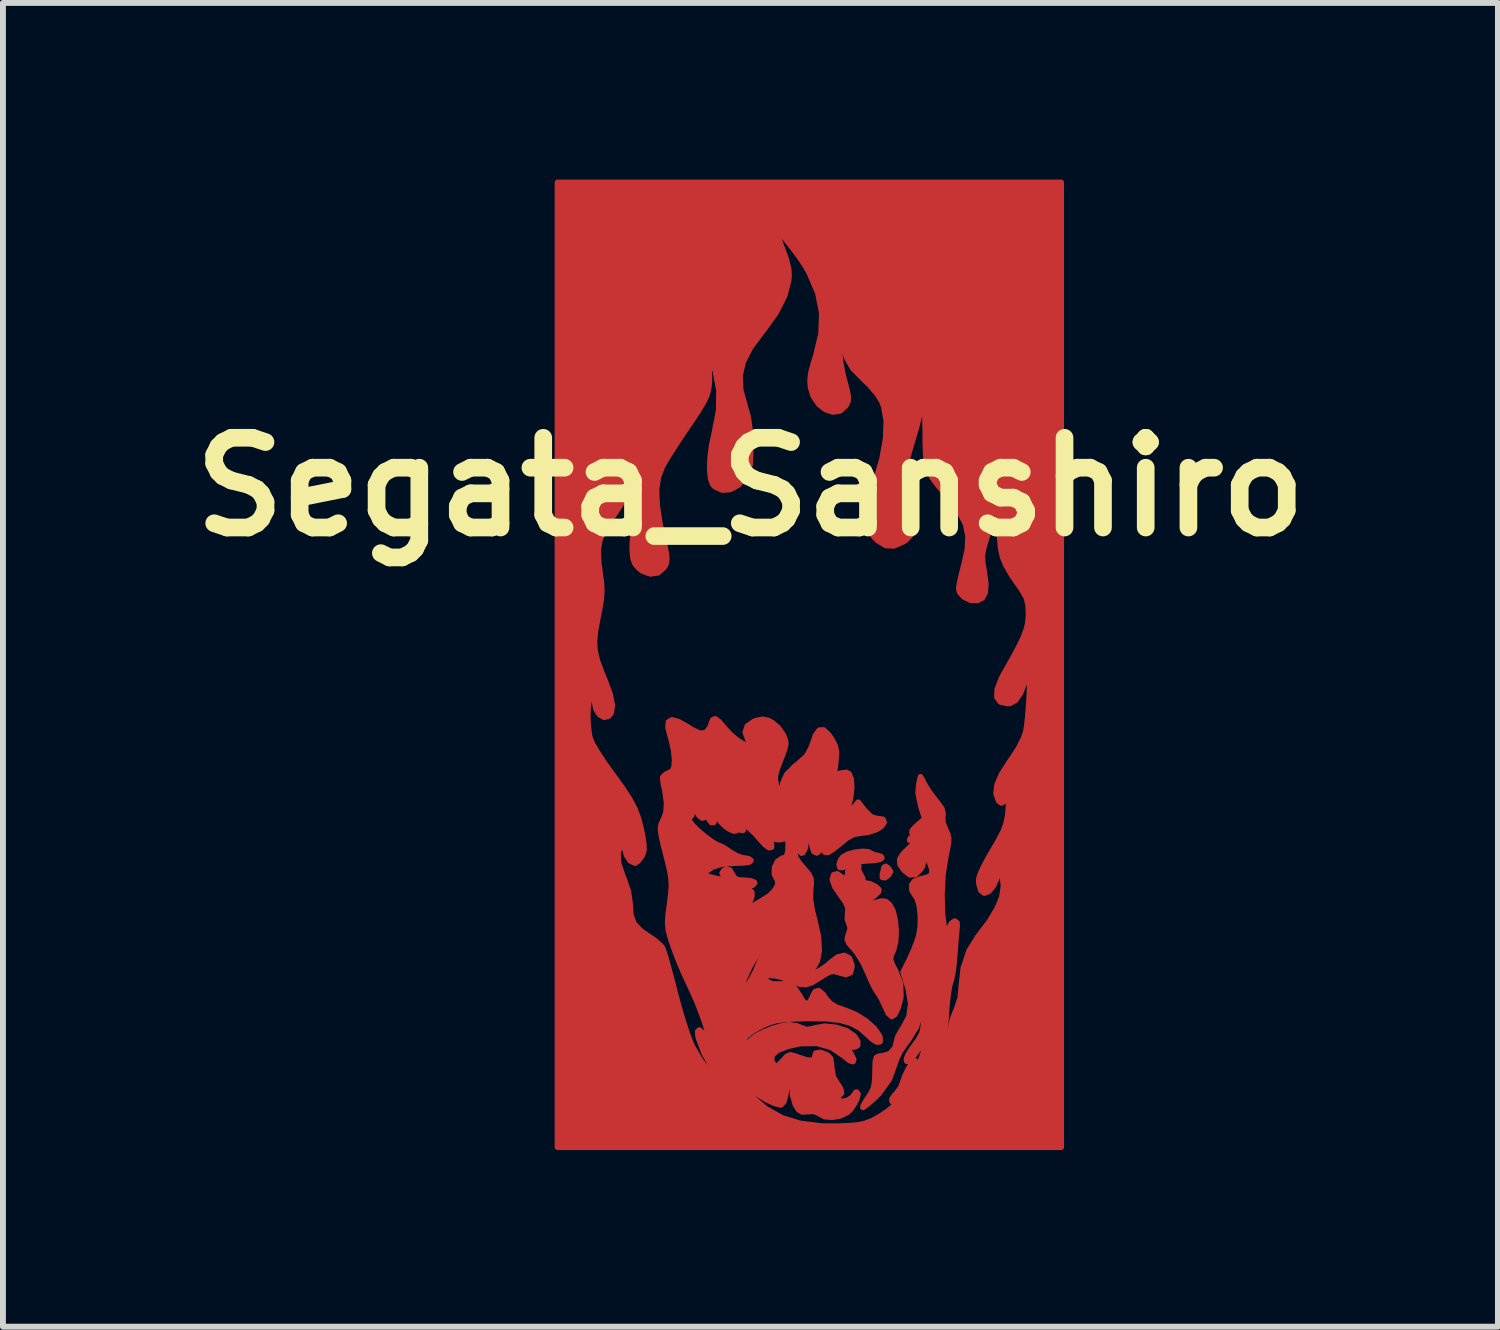
<source format=kicad_pcb>
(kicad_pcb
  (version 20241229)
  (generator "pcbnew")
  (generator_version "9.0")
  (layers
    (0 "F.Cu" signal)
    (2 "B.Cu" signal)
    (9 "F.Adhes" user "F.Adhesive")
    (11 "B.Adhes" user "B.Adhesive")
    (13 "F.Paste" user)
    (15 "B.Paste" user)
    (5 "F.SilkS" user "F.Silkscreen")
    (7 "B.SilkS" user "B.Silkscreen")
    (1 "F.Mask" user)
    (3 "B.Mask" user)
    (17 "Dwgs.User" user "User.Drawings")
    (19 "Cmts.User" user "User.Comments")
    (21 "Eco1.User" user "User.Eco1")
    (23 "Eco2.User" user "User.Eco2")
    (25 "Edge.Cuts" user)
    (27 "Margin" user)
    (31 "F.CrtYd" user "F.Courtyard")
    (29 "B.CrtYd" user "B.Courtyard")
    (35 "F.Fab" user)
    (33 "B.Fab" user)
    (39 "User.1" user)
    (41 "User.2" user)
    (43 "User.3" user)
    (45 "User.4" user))
  (footprint "Segata_Sanshiro"
    (layer "F.Cu")
    (at 10.696 8.22)
    (property "Reference" "Segata_Sanshiro" (at -1 -3 0) (layer "F.SilkS") (effects (font (size 1.524 1.524) (thickness 0.3))))
    (attr through_hole)
    (fp_poly (pts (xy 1.374 3.531) (xy 1.35 3.583) (xy 1.287 3.634) (xy 1.243 3.63) (xy 1.244 3.575) (xy 1.244 3.574) (xy 1.267 3.49) (xy 1.27 3.463) (xy 1.295 3.447) (xy 1.334 3.472) (xy 1.374 3.531)) (stroke (width 0.1) (type solid)) (fill yes) (layer "F.Cu"))
    (fp_poly (pts (xy 1.228 3.302) (xy 1.189 3.326) (xy 1.091 3.342) (xy 1.005 3.346) (xy 0.855 3.358) (xy 0.724 3.388) (xy 0.677 3.408) (xy 0.573 3.46) (xy 0.522 3.461) (xy 0.508 3.411) (xy 0.536 3.332) (xy 0.569 3.29) (xy 0.652 3.242) (xy 0.774 3.208) (xy 0.901 3.192) (xy 1.001 3.2) (xy 1.031 3.216) (xy 1.109 3.254) (xy 1.151 3.26) (xy 1.216 3.279) (xy 1.228 3.302)) (stroke (width 0.1) (type solid)) (fill yes) (layer "F.Cu"))
    (fp_poly (pts (xy 1.552 5.664) (xy 1.507 5.839) (xy 1.452 5.957) (xy 1.4 5.992) (xy 1.345 5.942) (xy 1.293 5.833) (xy 1.235 5.707) (xy 1.178 5.607) (xy 1.16 5.584) (xy 1.114 5.511) (xy 1.053 5.386) (xy 0.994 5.247) (xy 0.917 5.083) (xy 0.826 4.93) (xy 0.754 4.839) (xy 0.673 4.748) (xy 0.646 4.683) (xy 0.661 4.614) (xy 0.671 4.589) (xy 0.7 4.488) (xy 0.675 4.421) (xy 0.648 4.339) (xy 0.654 4.243) (xy 0.658 4.146) (xy 0.615 4.047) (xy 0.554 3.962) (xy 0.437 3.793) (xy 0.392 3.668) (xy 0.416 3.588) (xy 0.476 3.575) (xy 0.53 3.614) (xy 0.597 3.655) (xy 0.65 3.654) (xy 0.663 3.614) (xy 0.653 3.594) (xy 0.655 3.53) (xy 0.708 3.465) (xy 0.784 3.43) (xy 0.795 3.429) (xy 0.838 3.443) (xy 0.832 3.457) (xy 0.832 3.509) (xy 0.867 3.581) (xy 0.906 3.653) (xy 0.891 3.684) (xy 0.856 3.696) (xy 0.841 3.71) (xy 0.898 3.72) (xy 0.913 3.72) (xy 1.035 3.745) (xy 1.124 3.789) (xy 1.178 3.837) (xy 1.173 3.876) (xy 1.111 3.934) (xy 1.024 3.999) (xy 0.963 4.034) (xy 0.932 4.069) (xy 0.939 4.084) (xy 0.994 4.092) (xy 1.094 4.072) (xy 1.124 4.063) (xy 1.232 4.035) (xy 1.3 4.045) (xy 1.357 4.091) (xy 1.417 4.197) (xy 1.456 4.357) (xy 1.472 4.542) (xy 1.463 4.721) (xy 1.426 4.867) (xy 1.422 4.876) (xy 1.383 4.968) (xy 1.377 5.037) (xy 1.408 5.119) (xy 1.458 5.211) (xy 1.546 5.434) (xy 1.552 5.664)) (stroke (width 0.1) (type solid)) (fill yes) (layer "F.Cu"))
    (fp_poly (pts (xy 4.276 8.213) (xy 3.75 8.213) (xy 3.75 0.231) (xy 3.749 0.125) (xy 3.741 0.085) (xy 3.741 0.085) (xy 3.724 0.121) (xy 3.69 0.215) (xy 3.66 0.307) (xy 3.583 0.502) (xy 3.5 0.622) (xy 3.406 0.674) (xy 3.367 0.677) (xy 3.246 0.65) (xy 3.188 0.569) (xy 3.194 0.436) (xy 3.264 0.254) (xy 3.31 0.169) (xy 3.458 -0.092) (xy 3.567 -0.296) (xy 3.642 -0.455) (xy 3.69 -0.585) (xy 3.715 -0.698) (xy 3.725 -0.809) (xy 3.725 -0.847) (xy 3.717 -1.004) (xy 3.685 -1.124) (xy 3.613 -1.249) (xy 3.58 -1.297) (xy 3.438 -1.504) (xy 3.342 -1.669) (xy 3.283 -1.813) (xy 3.251 -1.959) (xy 3.237 -2.129) (xy 3.237 -2.159) (xy 3.223 -2.338) (xy 3.197 -2.505) (xy 3.163 -2.624) (xy 3.162 -2.625) (xy 3.097 -2.773) (xy 3.094 -2.57) (xy 3.077 -2.417) (xy 3.039 -2.232) (xy 3.002 -2.107) (xy 2.955 -1.95) (xy 2.936 -1.828) (xy 2.944 -1.7) (xy 2.965 -1.58) (xy 2.994 -1.361) (xy 2.985 -1.209) (xy 2.935 -1.116) (xy 2.857 -1.075) (xy 2.74 -1.079) (xy 2.629 -1.131) (xy 2.555 -1.213) (xy 2.54 -1.271) (xy 2.551 -1.35) (xy 2.58 -1.484) (xy 2.62 -1.647) (xy 2.629 -1.679) (xy 2.688 -1.945) (xy 2.698 -2.168) (xy 2.655 -2.37) (xy 2.553 -2.571) (xy 2.388 -2.792) (xy 2.325 -2.865) (xy 2.19 -3.023) (xy 2.094 -3.151) (xy 2.032 -3.271) (xy 1.995 -3.403) (xy 1.977 -3.569) (xy 1.971 -3.788) (xy 1.971 -3.916) (xy 1.966 -4.19) (xy 1.952 -4.386) (xy 1.931 -4.509) (xy 1.913 -4.551) (xy 1.88 -4.594) (xy 1.869 -4.578) (xy 1.877 -4.491) (xy 1.881 -4.459) (xy 1.885 -4.347) (xy 1.865 -4.206) (xy 1.819 -4.019) (xy 1.756 -3.806) (xy 1.676 -3.536) (xy 1.626 -3.324) (xy 1.606 -3.148) (xy 1.614 -2.986) (xy 1.648 -2.817) (xy 1.69 -2.679) (xy 1.748 -2.465) (xy 1.761 -2.308) (xy 1.727 -2.193) (xy 1.643 -2.104) (xy 1.597 -2.073) (xy 1.438 -2.002) (xy 1.302 -2.007) (xy 1.166 -2.088) (xy 1.118 -2.134) (xy 1.033 -2.239) (xy 0.986 -2.358) (xy 0.976 -2.503) (xy 1.005 -2.689) (xy 1.071 -2.93) (xy 1.125 -3.093) (xy 1.237 -3.476) (xy 1.299 -3.822) (xy 1.309 -4.122) (xy 1.267 -4.368) (xy 1.232 -4.456) (xy 1.149 -4.587) (xy 1.026 -4.731) (xy 0.925 -4.827) (xy 0.738 -5.017) (xy 0.629 -5.212) (xy 0.59 -5.424) (xy 0.59 -5.428) (xy 0.584 -5.513) (xy 0.57 -5.522) (xy 0.55 -5.482) (xy 0.516 -5.337) (xy 0.522 -5.147) (xy 0.57 -4.9) (xy 0.596 -4.803) (xy 0.639 -4.639) (xy 0.659 -4.533) (xy 0.656 -4.463) (xy 0.633 -4.406) (xy 0.616 -4.379) (xy 0.52 -4.293) (xy 0.401 -4.275) (xy 0.276 -4.316) (xy 0.16 -4.407) (xy 0.069 -4.542) (xy 0.023 -4.69) (xy 0.014 -4.808) (xy 0.03 -4.942) (xy 0.076 -5.115) (xy 0.109 -5.217) (xy 0.201 -5.595) (xy 0.214 -5.95) (xy 0.147 -6.295) (xy -0.002 -6.641) (xy -0.06 -6.743) (xy -0.136 -6.86) (xy -0.233 -6.995) (xy -0.338 -7.132) (xy -0.437 -7.254) (xy -0.519 -7.346) (xy -0.57 -7.392) (xy -0.579 -7.394) (xy -0.57 -7.352) (xy -0.536 -7.251) (xy -0.483 -7.108) (xy -0.46 -7.047) (xy -0.391 -6.855) (xy -0.355 -6.71) (xy -0.347 -6.585) (xy -0.353 -6.513) (xy -0.422 -6.246) (xy -0.57 -5.956) (xy -0.793 -5.648) (xy -0.806 -5.632) (xy -1.002 -5.368) (xy -1.125 -5.127) (xy -1.18 -4.892) (xy -1.169 -4.648) (xy -1.096 -4.381) (xy -1.095 -4.378) (xy -1.041 -4.189) (xy -1.011 -3.977) (xy -1 -3.725) (xy -1 -3.527) (xy -1.009 -3.39) (xy -1.03 -3.291) (xy -1.068 -3.207) (xy -1.091 -3.168) (xy -1.209 -3.033) (xy -1.346 -2.958) (xy -1.483 -2.949) (xy -1.605 -3.008) (xy -1.639 -3.045) (xy -1.675 -3.144) (xy -1.69 -3.302) (xy -1.683 -3.5) (xy -1.655 -3.716) (xy -1.609 -3.927) (xy -1.537 -4.298) (xy -1.533 -4.649) (xy -1.594 -4.965) (xy -1.611 -5.014) (xy -1.669 -5.154) (xy -1.715 -5.242) (xy -1.744 -5.27) (xy -1.75 -5.235) (xy -1.728 -5.135) (xy -1.706 -4.997) (xy -1.699 -4.828) (xy -1.703 -4.753) (xy -1.716 -4.654) (xy -1.742 -4.56) (xy -1.79 -4.456) (xy -1.867 -4.324) (xy -1.981 -4.15) (xy -2.062 -4.031) (xy -2.195 -3.834) (xy -2.319 -3.643) (xy -2.422 -3.479) (xy -2.491 -3.361) (xy -2.5 -3.344) (xy -2.568 -3.164) (xy -2.598 -2.952) (xy -2.588 -2.695) (xy -2.541 -2.382) (xy -2.501 -2.194) (xy -2.457 -1.994) (xy -2.431 -1.859) (xy -2.423 -1.769) (xy -2.432 -1.707) (xy -2.456 -1.656) (xy -2.47 -1.633) (xy -2.572 -1.544) (xy -2.702 -1.525) (xy -2.837 -1.575) (xy -2.902 -1.628) (xy -2.963 -1.704) (xy -2.994 -1.793) (xy -3.005 -1.927) (xy -3.006 -1.985) (xy -2.995 -2.169) (xy -2.967 -2.38) (xy -2.94 -2.52) (xy -2.907 -2.681) (xy -2.896 -2.797) (xy -2.909 -2.904) (xy -2.941 -3.02) (xy -2.99 -3.162) (xy -3.045 -3.28) (xy -3.071 -3.323) (xy -3.107 -3.363) (xy -3.122 -3.355) (xy -3.12 -3.285) (xy -3.108 -3.172) (xy -3.098 -3.04) (xy -3.108 -2.928) (xy -3.145 -2.815) (xy -3.217 -2.682) (xy -3.331 -2.509) (xy -3.386 -2.43) (xy -3.497 -2.253) (xy -3.563 -2.092) (xy -3.589 -1.92) (xy -3.579 -1.711) (xy -3.558 -1.55) (xy -3.535 -1.379) (xy -3.527 -1.24) (xy -3.536 -1.102) (xy -3.563 -0.934) (xy -3.593 -0.783) (xy -3.635 -0.555) (xy -3.652 -0.374) (xy -3.642 -0.214) (xy -3.602 -0.046) (xy -3.527 0.155) (xy -3.473 0.286) (xy -3.384 0.528) (xy -3.349 0.709) (xy -3.367 0.835) (xy -3.409 0.89) (xy -3.485 0.909) (xy -3.562 0.865) (xy -3.621 0.776) (xy -3.641 0.673) (xy -3.653 0.579) (xy -3.678 0.532) (xy -3.715 0.545) (xy -3.743 0.624) (xy -3.761 0.75) (xy -3.766 0.903) (xy -3.759 1.065) (xy -3.738 1.218) (xy -3.724 1.276) (xy -3.683 1.369) (xy -3.6 1.51) (xy -3.489 1.68) (xy -3.36 1.86) (xy -3.351 1.872) (xy -3.18 2.108) (xy -3.055 2.3) (xy -2.966 2.469) (xy -2.903 2.634) (xy -2.857 2.817) (xy -2.837 2.918) (xy -2.813 3.072) (xy -2.811 3.173) (xy -2.834 3.246) (xy -2.856 3.284) (xy -2.916 3.358) (xy -2.961 3.387) (xy -3.039 3.349) (xy -3.102 3.256) (xy -3.133 3.137) (xy -3.134 3.119) (xy -3.138 3.031) (xy -3.156 3.018) (xy -3.198 3.067) (xy -3.253 3.209) (xy -3.242 3.397) (xy -3.164 3.625) (xy -3.154 3.647) (xy -3.078 3.862) (xy -3.048 4.065) (xy -3.048 4.072) (xy -3.033 4.273) (xy -2.978 4.419) (xy -2.869 4.537) (xy -2.752 4.618) (xy -2.628 4.703) (xy -2.532 4.786) (xy -2.495 4.831) (xy -2.47 4.899) (xy -2.43 5.033) (xy -2.379 5.217) (xy -2.321 5.435) (xy -2.285 5.578) (xy -2.218 5.828) (xy -2.146 6.072) (xy -2.076 6.286) (xy -2.014 6.45) (xy -1.991 6.502) (xy -1.848 6.746) (xy -1.67 6.978) (xy -1.48 7.171) (xy -1.384 7.246) (xy -1.324 7.284) (xy -1.315 7.278) (xy -1.36 7.222) (xy -1.453 7.119) (xy -1.633 6.886) (xy -1.782 6.622) (xy -1.88 6.363) (xy -1.886 6.339) (xy -1.894 6.249) (xy -1.867 6.226) (xy -1.821 6.269) (xy -1.778 6.351) (xy -1.732 6.445) (xy -1.693 6.498) (xy -1.692 6.499) (xy -1.674 6.483) (xy -1.684 6.404) (xy -1.717 6.275) (xy -1.769 6.111) (xy -1.835 5.926) (xy -1.91 5.735) (xy -1.99 5.552) (xy -2.038 5.451) (xy -2.134 5.244) (xy -2.232 5.012) (xy -2.31 4.802) (xy -2.312 4.795) (xy -2.365 4.635) (xy -2.394 4.515) (xy -2.404 4.404) (xy -2.396 4.272) (xy -2.372 4.087) (xy -2.371 4.08) (xy -2.349 3.905) (xy -2.34 3.77) (xy -2.346 3.65) (xy -2.368 3.514) (xy -2.41 3.337) (xy -2.435 3.241) (xy -2.485 3.042) (xy -2.514 2.906) (xy -2.525 2.814) (xy -2.519 2.748) (xy -2.496 2.689) (xy -2.475 2.649) (xy -2.431 2.525) (xy -2.422 2.371) (xy -2.449 2.168) (xy -2.48 2.022) (xy -2.487 1.932) (xy -2.437 1.882) (xy -2.397 1.864) (xy -2.326 1.826) (xy -2.294 1.762) (xy -2.286 1.644) (xy -2.286 1.638) (xy -2.301 1.48) (xy -2.338 1.307) (xy -2.354 1.256) (xy -2.397 1.091) (xy -2.391 0.993) (xy -2.334 0.959) (xy -2.224 0.988) (xy -2.06 1.081) (xy -2.003 1.119) (xy -1.863 1.187) (xy -1.757 1.177) (xy -1.686 1.09) (xy -1.668 1.036) (xy -1.639 0.958) (xy -1.598 0.941) (xy -1.534 0.989) (xy -1.438 1.102) (xy -1.342 1.206) (xy -1.239 1.294) (xy -1.141 1.358) (xy -1.061 1.393) (xy -1.013 1.393) (xy -1.009 1.35) (xy -1.04 1.293) (xy -1.086 1.167) (xy -1.051 1.062) (xy -0.939 0.984) (xy -0.909 0.973) (xy -0.792 0.948) (xy -0.695 0.969) (xy -0.637 1.001) (xy -0.528 1.093) (xy -0.445 1.212) (xy -0.444 1.214) (xy -0.411 1.294) (xy -0.402 1.364) (xy -0.421 1.451) (xy -0.47 1.584) (xy -0.485 1.622) (xy -0.549 1.787) (xy -0.58 1.902) (xy -0.581 1.992) (xy -0.552 2.086) (xy -0.508 2.18) (xy -0.426 2.349) (xy -0.45 2.195) (xy -0.447 2.029) (xy -0.38 1.882) (xy -0.239 1.741) (xy -0.182 1.697) (xy -0.045 1.574) (xy 0.033 1.432) (xy 0.048 1.388) (xy 0.108 1.219) (xy 0.17 1.133) (xy 0.24 1.13) (xy 0.323 1.207) (xy 0.385 1.297) (xy 0.438 1.402) (xy 0.458 1.508) (xy 0.449 1.652) (xy 0.446 1.674) (xy 0.417 1.905) (xy 0.521 1.866) (xy 0.629 1.851) (xy 0.672 1.874) (xy 0.708 1.96) (xy 0.717 2.099) (xy 0.701 2.264) (xy 0.66 2.429) (xy 0.633 2.498) (xy 0.549 2.688) (xy 0.69 2.523) (xy 0.831 2.358) (xy 0.942 2.501) (xy 1.043 2.602) (xy 1.139 2.635) (xy 1.162 2.635) (xy 1.248 2.648) (xy 1.268 2.695) (xy 1.224 2.761) (xy 1.145 2.814) (xy 1.011 2.86) (xy 0.873 2.879) (xy 0.758 2.897) (xy 0.638 2.961) (xy 0.529 3.048) (xy 0.395 3.157) (xy 0.311 3.207) (xy 0.267 3.202) (xy 0.254 3.146) (xy 0.247 3.102) (xy 0.217 3.125) (xy 0.193 3.156) (xy 0.128 3.214) (xy 0.079 3.19) (xy 0.046 3.084) (xy 0.03 2.898) (xy 0.029 2.762) (xy 0.027 2.594) (xy 0.019 2.492) (xy 0.005 2.465) (xy -0.002 2.477) (xy -0.022 2.566) (xy -0.036 2.703) (xy -0.04 2.794) (xy -0.051 3.003) (xy -0.077 3.145) (xy -0.116 3.212) (xy -0.132 3.217) (xy -0.164 3.182) (xy -0.17 3.143) (xy -0.177 3.094) (xy -0.206 3.125) (xy -0.212 3.133) (xy -0.247 3.212) (xy -0.236 3.291) (xy -0.171 3.39) (xy -0.103 3.469) (xy -0.015 3.574) (xy 0.026 3.655) (xy 0.03 3.748) (xy 0.02 3.823) (xy 0.015 3.992) (xy 0.048 4.199) (xy 0.081 4.325) (xy 0.15 4.63) (xy 0.166 4.872) (xy 0.131 5.053) (xy 0.085 5.134) (xy 0.026 5.215) (xy 0.000094 5.263) (xy 0 5.264) (xy 0.03 5.277) (xy 0.106 5.252) (xy 0.204 5.199) (xy 0.303 5.131) (xy 0.362 5.078) (xy 0.484 4.985) (xy 0.594 4.961) (xy 0.676 5.003) (xy 0.717 5.11) (xy 0.72 5.149) (xy 0.696 5.247) (xy 0.623 5.279) (xy 0.507 5.249) (xy 0.428 5.224) (xy 0.357 5.231) (xy 0.265 5.278) (xy 0.184 5.329) (xy 0.045 5.415) (xy -0.061 5.451) (xy -0.166 5.441) (xy -0.304 5.388) (xy -0.333 5.375) (xy -0.357 5.367) (xy -0.357 3.049) (xy -0.374 2.919) (xy -0.41 2.81) (xy -0.445 2.758) (xy -0.495 2.713) (xy -0.494 2.733) (xy -0.471 2.781) (xy -0.423 2.907) (xy -0.437 2.976) (xy -0.515 2.991) (xy -0.547 2.985) (xy -0.632 2.973) (xy -0.656 2.999) (xy -0.648 3.045) (xy -0.645 3.117) (xy -0.684 3.125) (xy -0.756 3.071) (xy -0.834 2.983) (xy -0.932 2.873) (xy -1.031 2.783) (xy -1.054 2.766) (xy -1.124 2.723) (xy -1.142 2.73) (xy -1.13 2.768) (xy -1.124 2.827) (xy -1.168 2.826) (xy -1.225 2.783) (xy -1.264 2.752) (xy -1.252 2.783) (xy -1.25 2.787) (xy -1.24 2.836) (xy -1.278 2.843) (xy -1.346 2.816) (xy -1.425 2.763) (xy -1.496 2.693) (xy -1.512 2.671) (xy -1.573 2.587) (xy -1.601 2.57) (xy -1.609 2.613) (xy -1.609 2.618) (xy -1.624 2.695) (xy -1.662 2.699) (xy -1.709 2.633) (xy -1.729 2.582) (xy -1.768 2.49) (xy -1.795 2.457) (xy -1.801 2.488) (xy -1.79 2.54) (xy -1.787 2.611) (xy -1.819 2.622) (xy -1.871 2.58) (xy -1.924 2.492) (xy -1.927 2.487) (xy -1.986 2.349) (xy -1.988 2.49) (xy -2 2.58) (xy -2.028 2.605) (xy -2.032 2.603) (xy -2.072 2.594) (xy -2.064 2.635) (xy -2.014 2.713) (xy -1.979 2.755) (xy -1.89 2.843) (xy -1.777 2.938) (xy -1.663 3.022) (xy -1.572 3.078) (xy -1.535 3.09) (xy -1.481 3.114) (xy -1.389 3.172) (xy -1.355 3.196) (xy -1.241 3.264) (xy -1.137 3.3) (xy -1.116 3.302) (xy -1.03 3.319) (xy -0.995 3.344) (xy -1.018 3.368) (xy -1.118 3.383) (xy -1.25 3.387) (xy -1.482 3.403) (xy -1.641 3.451) (xy -1.655 3.459) (xy -1.753 3.527) (xy -1.778 3.577) (xy -1.726 3.616) (xy -1.594 3.65) (xy -1.545 3.66) (xy -1.442 3.674) (xy -1.409 3.665) (xy -1.429 3.635) (xy -1.478 3.562) (xy -1.45 3.513) (xy -1.417 3.498) (xy -1.351 3.511) (xy -1.312 3.578) (xy -1.271 3.648) (xy -1.199 3.678) (xy -1.102 3.683) (xy -0.995 3.692) (xy -0.936 3.716) (xy -0.931 3.725) (xy -0.966 3.763) (xy -0.995 3.768) (xy -1.051 3.791) (xy -1.058 3.81) (xy -1.026 3.851) (xy -1.016 3.852) (xy -0.979 3.885) (xy -0.98 3.962) (xy -1.015 4.055) (xy -1.036 4.088) (xy -1.09 4.175) (xy -1.091 4.213) (xy -1.042 4.192) (xy -1.005 4.162) (xy -0.893 4.078) (xy -0.787 4.017) (xy -0.67 3.941) (xy -0.579 3.846) (xy -0.53 3.753) (xy -0.536 3.681) (xy -0.542 3.674) (xy -0.592 3.576) (xy -0.588 3.463) (xy -0.54 3.363) (xy -0.455 3.306) (xy -0.421 3.302) (xy -0.379 3.265) (xy -0.358 3.172) (xy -0.357 3.049) (xy -0.357 5.367) (xy -0.471 5.325) (xy -0.603 5.297) (xy -0.697 5.294) (xy -0.697 4.854) (xy -0.705 4.828) (xy -0.727 4.826) (xy -0.814 4.865) (xy -0.911 4.975) (xy -1.012 5.144) (xy -1.109 5.359) (xy -1.183 5.57) (xy -1.236 5.746) (xy -1.26 5.843) (xy -1.256 5.865) (xy -1.222 5.813) (xy -1.159 5.689) (xy -1.151 5.673) (xy -1.076 5.527) (xy -1.005 5.398) (xy -0.967 5.334) (xy -0.904 5.216) (xy -0.867 5.122) (xy -0.815 5.011) (xy -0.75 4.921) (xy -0.697 4.854) (xy -0.697 5.294) (xy -0.707 5.294) (xy -0.759 5.318) (xy -0.762 5.329) (xy -0.725 5.398) (xy -0.639 5.442) (xy -0.536 5.445) (xy -0.533 5.445) (xy -0.377 5.443) (xy -0.249 5.52) (xy -0.174 5.63) (xy -0.101 5.75) (xy -0.035 5.785) (xy 0.021 5.737) (xy 0.047 5.676) (xy 0.099 5.576) (xy 0.158 5.557) (xy 0.231 5.619) (xy 0.275 5.683) (xy 0.352 5.773) (xy 0.464 5.84) (xy 0.61 5.89) (xy 0.792 5.966) (xy 0.964 6.075) (xy 1.103 6.2) (xy 1.188 6.324) (xy 1.199 6.355) (xy 1.198 6.421) (xy 1.15 6.427) (xy 1.067 6.376) (xy 0.998 6.311) (xy 0.862 6.191) (xy 0.709 6.108) (xy 0.524 6.055) (xy 0.289 6.029) (xy -0.011 6.025) (xy -0.047 6.026) (xy -0.276 6.032) (xy -0.441 6.043) (xy -0.566 6.062) (xy -0.671 6.092) (xy -0.779 6.137) (xy -0.815 6.154) (xy -0.977 6.245) (xy -1.083 6.332) (xy -1.125 6.406) (xy -1.097 6.458) (xy -1.042 6.449) (xy -0.991 6.4) (xy -0.911 6.332) (xy -0.775 6.261) (xy -0.614 6.197) (xy -0.454 6.153) (xy -0.337 6.138) (xy -0.215 6.156) (xy -0.128 6.19) (xy -0.047 6.219) (xy 0.054 6.204) (xy 0.099 6.189) (xy 0.267 6.162) (xy 0.458 6.182) (xy 0.635 6.241) (xy 0.761 6.328) (xy 0.82 6.419) (xy 0.817 6.487) (xy 0.756 6.512) (xy 0.715 6.506) (xy 0.652 6.496) (xy 0.642 6.521) (xy 0.685 6.598) (xy 0.704 6.628) (xy 0.751 6.721) (xy 0.74 6.758) (xy 0.682 6.739) (xy 0.583 6.66) (xy 0.581 6.658) (xy 0.375 6.517) (xy 0.128 6.448) (xy -0.153 6.452) (xy -0.373 6.5) (xy -0.544 6.569) (xy -0.636 6.652) (xy -0.645 6.745) (xy -0.617 6.797) (xy -0.576 6.842) (xy -0.537 6.837) (xy -0.474 6.774) (xy -0.453 6.75) (xy -0.378 6.671) (xy -0.318 6.648) (xy -0.234 6.671) (xy -0.205 6.683) (xy -0.041 6.737) (xy 0.06 6.741) (xy 0.095 6.695) (xy 0.093 6.678) (xy 0.112 6.618) (xy 0.185 6.607) (xy 0.297 6.647) (xy 0.3 6.648) (xy 0.361 6.71) (xy 0.375 6.82) (xy 0.374 6.838) (xy 0.403 7.015) (xy 0.457 7.109) (xy 0.531 7.224) (xy 0.545 7.295) (xy 0.501 7.335) (xy 0.497 7.336) (xy 0.466 7.365) (xy 0.496 7.41) (xy 0.556 7.444) (xy 0.643 7.422) (xy 0.655 7.417) (xy 0.733 7.367) (xy 0.762 7.325) (xy 0.792 7.283) (xy 0.802 7.281) (xy 0.824 7.311) (xy 0.807 7.385) (xy 0.76 7.48) (xy 0.696 7.571) (xy 0.646 7.62) (xy 0.529 7.678) (xy 0.389 7.703) (xy 0.259 7.692) (xy 0.172 7.644) (xy 0.082 7.602) (xy -0.02 7.607) (xy -0.12 7.613) (xy -0.181 7.578) (xy -0.234 7.492) (xy -0.284 7.325) (xy -0.278 7.184) (xy -0.265 7.08) (xy -0.275 7.045) (xy -0.31 7.064) (xy -0.311 7.065) (xy -0.354 7.135) (xy -0.391 7.253) (xy -0.4 7.304) (xy -0.434 7.44) (xy -0.483 7.492) (xy -0.491 7.493) (xy -0.593 7.467) (xy -0.735 7.399) (xy -0.891 7.301) (xy -1.038 7.189) (xy -1.06 7.169) (xy -1.164 7.082) (xy -1.216 7.054) (xy -1.219 7.077) (xy -1.174 7.145) (xy -1.084 7.251) (xy -1.005 7.335) (xy -0.749 7.556) (xy -0.472 7.714) (xy -0.159 7.812) (xy 0.203 7.857) (xy 0.466 7.86) (xy 0.68 7.852) (xy 0.834 7.837) (xy 0.952 7.811) (xy 1.059 7.77) (xy 1.122 7.738) (xy 1.227 7.676) (xy 1.332 7.603) (xy 1.424 7.529) (xy 1.488 7.468) (xy 1.512 7.43) (xy 1.484 7.427) (xy 1.47 7.432) (xy 1.409 7.438) (xy 1.405 7.398) (xy 1.456 7.327) (xy 1.479 7.305) (xy 1.552 7.205) (xy 1.587 7.116) (xy 1.626 7.003) (xy 1.689 6.875) (xy 1.698 6.86) (xy 1.76 6.772) (xy 1.801 6.755) (xy 1.822 6.775) (xy 1.854 6.798) (xy 1.89 6.747) (xy 1.906 6.708) (xy 1.95 6.571) (xy 1.977 6.456) (xy 1.986 6.391) (xy 1.974 6.381) (xy 1.932 6.432) (xy 1.864 6.53) (xy 1.76 6.675) (xy 1.692 6.748) (xy 1.658 6.753) (xy 1.651 6.718) (xy 1.676 6.651) (xy 1.739 6.55) (xy 1.779 6.497) (xy 1.859 6.383) (xy 1.914 6.28) (xy 1.924 6.248) (xy 1.945 6.109) (xy 1.958 5.942) (xy 1.965 5.773) (xy 1.963 5.625) (xy 1.953 5.525) (xy 1.945 5.501) (xy 1.922 5.499) (xy 1.909 5.581) (xy 1.906 5.706) (xy 1.884 5.96) (xy 1.813 6.177) (xy 1.681 6.39) (xy 1.636 6.447) (xy 1.546 6.579) (xy 1.478 6.715) (xy 1.46 6.773) (xy 1.358 7.057) (xy 1.179 7.305) (xy 1.104 7.379) (xy 1.005 7.465) (xy 0.934 7.522) (xy 0.911 7.535) (xy 0.92 7.504) (xy 0.966 7.426) (xy 0.996 7.381) (xy 1.056 7.289) (xy 1.091 7.211) (xy 1.109 7.12) (xy 1.117 6.988) (xy 1.119 6.879) (xy 1.124 6.754) (xy 1.142 6.691) (xy 1.187 6.669) (xy 1.243 6.666) (xy 1.371 6.626) (xy 1.457 6.527) (xy 1.482 6.42) (xy 1.506 6.335) (xy 1.568 6.225) (xy 1.592 6.192) (xy 1.695 5.998) (xy 1.725 5.779) (xy 1.683 5.524) (xy 1.67 5.482) (xy 1.595 5.242) (xy 1.704 5.023) (xy 1.777 4.861) (xy 1.84 4.692) (xy 1.863 4.617) (xy 1.888 4.458) (xy 1.889 4.283) (xy 1.871 4.118) (xy 1.834 3.99) (xy 1.796 3.935) (xy 1.745 3.852) (xy 1.743 3.759) (xy 1.785 3.7) (xy 1.86 3.67) (xy 1.965 3.642) (xy 2.055 3.612) (xy 2.085 3.556) (xy 2.082 3.49) (xy 2.042 3.366) (xy 1.979 3.27) (xy 1.904 3.204) (xy 1.872 3.201) (xy 1.89 3.259) (xy 1.91 3.294) (xy 1.939 3.37) (xy 1.915 3.448) (xy 1.89 3.488) (xy 1.802 3.579) (xy 1.709 3.586) (xy 1.611 3.508) (xy 1.606 3.503) (xy 1.542 3.407) (xy 1.538 3.324) (xy 1.596 3.232) (xy 1.68 3.149) (xy 1.768 3.064) (xy 1.794 3.02) (xy 1.767 3.005) (xy 1.755 3.005) (xy 1.706 2.998) (xy 1.717 2.971) (xy 1.778 2.92) (xy 1.833 2.869) (xy 1.821 2.858) (xy 1.81 2.861) (xy 1.746 2.872) (xy 1.749 2.838) (xy 1.817 2.763) (xy 1.85 2.734) (xy 1.964 2.636) (xy 1.896 2.426) (xy 1.851 2.208) (xy 1.859 2.071) (xy 1.889 1.926) (xy 1.961 2.063) (xy 2.037 2.184) (xy 2.136 2.316) (xy 2.163 2.348) (xy 2.248 2.463) (xy 2.27 2.552) (xy 2.264 2.586) (xy 2.265 2.698) (xy 2.31 2.816) (xy 2.347 2.892) (xy 2.363 2.961) (xy 2.36 3.049) (xy 2.335 3.181) (xy 2.315 3.278) (xy 2.268 3.581) (xy 2.249 3.917) (xy 2.258 4.244) (xy 2.283 4.445) (xy 2.316 4.636) (xy 2.369 4.496) (xy 2.42 4.408) (xy 2.472 4.376) (xy 2.506 4.405) (xy 2.507 4.471) (xy 2.499 4.548) (xy 2.487 4.685) (xy 2.475 4.857) (xy 2.469 4.932) (xy 2.453 5.113) (xy 2.432 5.268) (xy 2.409 5.375) (xy 2.4 5.397) (xy 2.378 5.474) (xy 2.356 5.613) (xy 2.336 5.792) (xy 2.326 5.92) (xy 2.312 6.119) (xy 2.295 6.258) (xy 2.268 6.362) (xy 2.224 6.454) (xy 2.155 6.559) (xy 2.121 6.608) (xy 2.029 6.747) (xy 1.987 6.831) (xy 1.993 6.854) (xy 2.045 6.813) (xy 2.142 6.703) (xy 2.154 6.688) (xy 2.282 6.503) (xy 2.372 6.319) (xy 2.412 6.162) (xy 2.413 6.138) (xy 2.432 6.046) (xy 2.479 5.923) (xy 2.498 5.884) (xy 2.565 5.68) (xy 2.582 5.492) (xy 2.617 5.174) (xy 2.715 4.881) (xy 2.859 4.648) (xy 3.058 4.385) (xy 3.194 4.16) (xy 3.273 3.962) (xy 3.3 3.776) (xy 3.28 3.595) (xy 3.25 3.456) (xy 3.196 3.612) (xy 3.123 3.774) (xy 3.045 3.869) (xy 2.972 3.896) (xy 2.914 3.851) (xy 2.882 3.735) (xy 2.879 3.665) (xy 2.9 3.59) (xy 2.957 3.463) (xy 3.041 3.304) (xy 3.116 3.175) (xy 3.229 2.981) (xy 3.303 2.833) (xy 3.347 2.708) (xy 3.371 2.581) (xy 3.377 2.523) (xy 3.388 2.383) (xy 3.386 2.313) (xy 3.367 2.298) (xy 3.329 2.324) (xy 3.327 2.326) (xy 3.265 2.365) (xy 3.226 2.342) (xy 3.215 2.326) (xy 3.173 2.205) (xy 3.19 2.06) (xy 3.267 1.882) (xy 3.408 1.662) (xy 3.443 1.613) (xy 3.554 1.442) (xy 3.641 1.269) (xy 3.68 1.155) (xy 3.695 1.061) (xy 3.711 0.918) (xy 3.725 0.745) (xy 3.737 0.559) (xy 3.745 0.382) (xy 3.75 0.231) (xy 3.75 8.213) (xy 0 8.213) (xy -4.276 8.213) (xy -4.276 0.021) (xy -4.276 -8.17) (xy 0 -8.17) (xy 4.276 -8.17) (xy 4.276 0.021) (xy 4.276 8.213)) (stroke (width 0.1) (type solid)) (fill yes) (layer "F.Cu")))
  (gr_rect
    (start -3 -3)
    (end 22.391 19.483)
    (stroke (width 0.1) (type default))
    (fill no)
    (layer "Edge.Cuts")))
</source>
